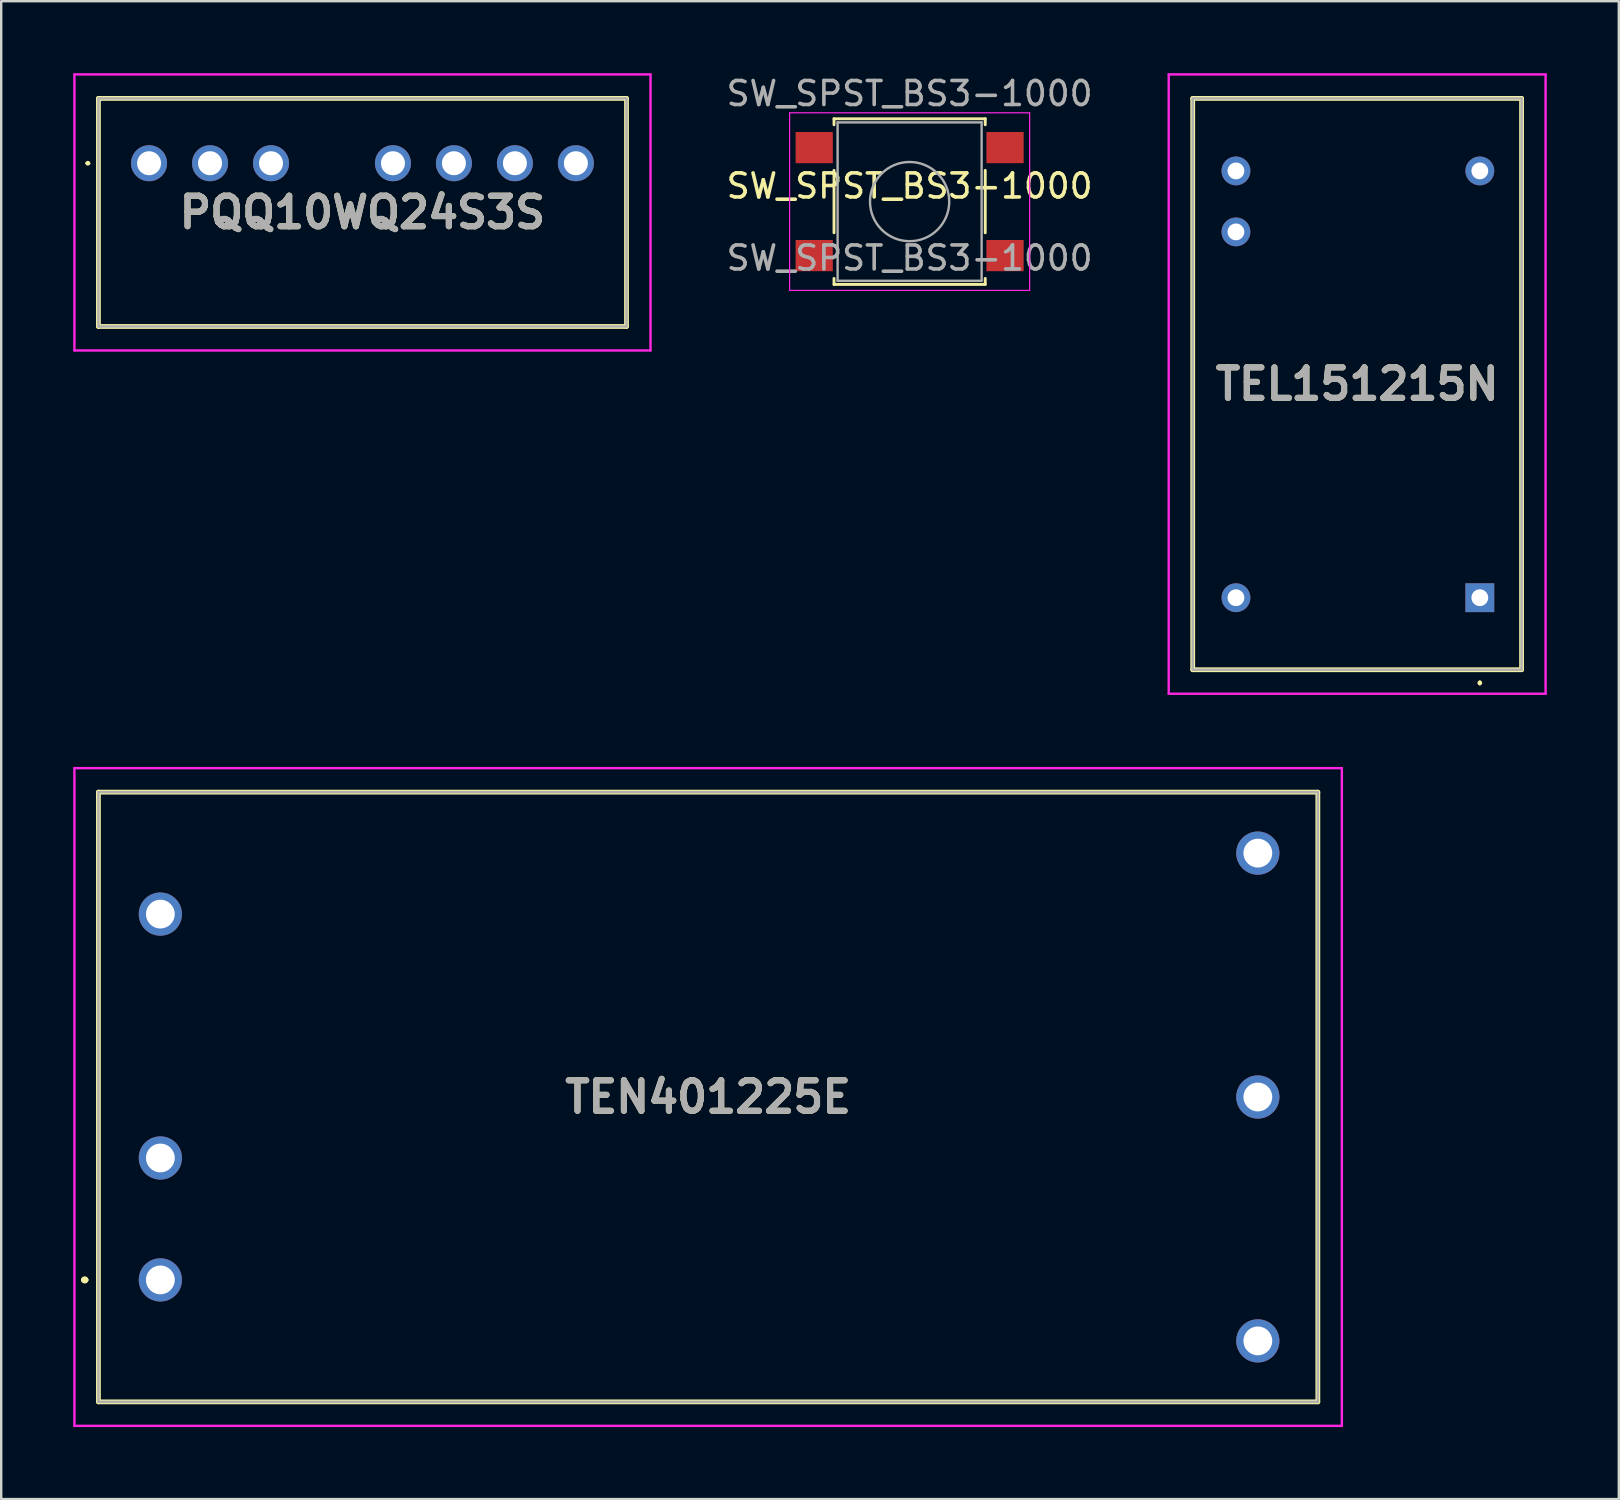
<source format=kicad_pcb>
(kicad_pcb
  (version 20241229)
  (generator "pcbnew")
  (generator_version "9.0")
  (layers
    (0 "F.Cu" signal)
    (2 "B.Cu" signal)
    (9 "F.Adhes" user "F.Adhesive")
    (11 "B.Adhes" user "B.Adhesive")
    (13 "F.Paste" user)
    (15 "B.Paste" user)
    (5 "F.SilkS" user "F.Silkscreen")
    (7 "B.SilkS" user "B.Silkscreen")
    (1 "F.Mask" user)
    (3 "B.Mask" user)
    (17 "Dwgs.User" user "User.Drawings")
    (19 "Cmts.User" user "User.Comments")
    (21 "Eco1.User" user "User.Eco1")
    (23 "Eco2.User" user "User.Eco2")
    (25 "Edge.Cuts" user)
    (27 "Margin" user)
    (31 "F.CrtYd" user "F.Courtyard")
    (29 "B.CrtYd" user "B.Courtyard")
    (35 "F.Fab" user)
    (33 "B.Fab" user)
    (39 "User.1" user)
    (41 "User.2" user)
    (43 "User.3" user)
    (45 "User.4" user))
  (footprint "SW_SPST_BS3-1000"
    (layer "F.Cu")
    (at 34.844 5.198)
    (property "Reference" "SW_SPST_BS3-1000" (at 0 -0.5 0) (unlocked yes) (layer "F.SilkS") (effects (font (size 1 1) (thickness 0.15))))
    (fp_line (start -3.15 -3.3) (end 3.15 -3.3) (stroke (width 0.12) (type solid)) (layer "F.SilkS"))
    (fp_line (start -3.15 -3.05) (end -3.15 -3.3) (stroke (width 0.12) (type solid)) (layer "F.SilkS"))
    (fp_line (start -3.15 1.45) (end -3.15 -1.15) (stroke (width 0.12) (type solid)) (layer "F.SilkS"))
    (fp_line (start -3.15 3.6) (end -3.15 3.35) (stroke (width 0.12) (type solid)) (layer "F.SilkS"))
    (fp_line (start 3.15 -3.3) (end 3.15 -3.05) (stroke (width 0.12) (type solid)) (layer "F.SilkS"))
    (fp_line (start 3.15 -1.15) (end 3.15 1.45) (stroke (width 0.12) (type solid)) (layer "F.SilkS"))
    (fp_line (start 3.15 3.35) (end 3.15 3.6) (stroke (width 0.12) (type solid)) (layer "F.SilkS"))
    (fp_line (start 3.15 3.6) (end -3.15 3.6) (stroke (width 0.12) (type solid)) (layer "F.SilkS"))
    (fp_line (start -5 -3.55) (end -5 3.85) (stroke (width 0.05) (type solid)) (layer "F.CrtYd"))
    (fp_line (start -5 3.85) (end 5 3.85) (stroke (width 0.05) (type solid)) (layer "F.CrtYd"))
    (fp_line (start 5 -3.55) (end -5 -3.55) (stroke (width 0.05) (type solid)) (layer "F.CrtYd"))
    (fp_line (start 5 3.85) (end 5 -3.55) (stroke (width 0.05) (type solid)) (layer "F.CrtYd"))
    (fp_line (start -3 -3.15) (end 3 -3.15) (stroke (width 0.1) (type solid)) (layer "F.Fab"))
    (fp_line (start -3 3.45) (end -3 -3.15) (stroke (width 0.1) (type solid)) (layer "F.Fab"))
    (fp_line (start 3 -3.15) (end 3 3.45) (stroke (width 0.1) (type solid)) (layer "F.Fab"))
    (fp_line (start 3 3.45) (end -3 3.45) (stroke (width 0.1) (type solid)) (layer "F.Fab"))
    (fp_circle (center 0 0.15) (end 1.65 0.15) (stroke (width 0.1) (type solid)) (fill no) (layer "F.Fab"))
    (fp_text user "${REFERENCE}" (at 0 2.5 0) (unlocked yes) (layer "F.Fab") (effects (font (size 1 1) (thickness 0.15))))
    (fp_text user "${REFERENCE}" (at 0 -4.35 0) (layer "F.Fab") (effects (font (size 1 1) (thickness 0.15))))
    (pad "1" smd rect (at 3.975 -2.1) (size 1.55 1.3) (layers "F.Cu" "F.Mask" "F.Paste"))
    (pad "2" smd rect (at 3.975 2.4) (size 1.55 1.3) (layers "F.Cu" "F.Mask" "F.Paste"))
    (pad "3" smd rect (at -3.975 -2.1) (size 1.55 1.3) (layers "F.Cu" "F.Mask" "F.Paste"))
    (pad "4" smd rect (at -3.975 2.4) (size 1.55 1.3) (layers "F.Cu" "F.Mask" "F.Paste")))
  (footprint "TEL151215N"
    (layer "F.Cu")
    (at 58.598 21.85)
    (property "Reference" "TEL151215N" (at -5.11 -8.9 0) (layer "F.SilkS") (effects (font (size 1.27 1.27) (thickness 0.254))))
    (attr through_hole)
    (fp_line (start -11.96 -20.8) (end -11.96 3) (stroke (width 0.2) (type solid)) (layer "F.SilkS"))
    (fp_line (start -11.96 3) (end 1.74 3) (stroke (width 0.2) (type solid)) (layer "F.SilkS"))
    (fp_line (start 0 3.5) (end 0 3.5) (stroke (width 0.1) (type solid)) (layer "F.SilkS"))
    (fp_line (start 0 3.6) (end 0 3.6) (stroke (width 0.1) (type solid)) (layer "F.SilkS"))
    (fp_line (start 1.74 -20.8) (end -11.96 -20.8) (stroke (width 0.2) (type solid)) (layer "F.SilkS"))
    (fp_line (start 1.74 3) (end 1.74 -20.8) (stroke (width 0.2) (type solid)) (layer "F.SilkS"))
    (fp_arc (start 0 3.5) (mid 0.05 3.55) (end 0 3.6) (stroke (width 0.1) (type solid)) (layer "F.SilkS"))
    (fp_arc (start 0 3.6) (mid -0.05 3.55) (end 0 3.5) (stroke (width 0.1) (type solid)) (layer "F.SilkS"))
    (fp_line (start -12.96 -21.8) (end -12.96 4) (stroke (width 0.1) (type solid)) (layer "F.CrtYd"))
    (fp_line (start -12.96 4) (end 2.74 4) (stroke (width 0.1) (type solid)) (layer "F.CrtYd"))
    (fp_line (start 2.74 -21.8) (end -12.96 -21.8) (stroke (width 0.1) (type solid)) (layer "F.CrtYd"))
    (fp_line (start 2.74 4) (end 2.74 -21.8) (stroke (width 0.1) (type solid)) (layer "F.CrtYd"))
    (fp_line (start -11.96 -20.8) (end -11.96 3) (stroke (width 0.1) (type solid)) (layer "F.Fab"))
    (fp_line (start -11.96 3) (end 1.74 3) (stroke (width 0.1) (type solid)) (layer "F.Fab"))
    (fp_line (start 1.74 -20.8) (end -11.96 -20.8) (stroke (width 0.1) (type solid)) (layer "F.Fab"))
    (fp_line (start 1.74 3) (end 1.74 -20.8) (stroke (width 0.1) (type solid)) (layer "F.Fab"))
    (fp_text user "${REFERENCE}" (at -5.11 -8.9 0) (layer "F.Fab") (effects (font (size 1.27 1.27) (thickness 0.254))))
    (pad "1" thru_hole rect (at 0 0) (size 1.2 1.2) (drill 0.7) (layers "*.Cu" "*.Mask"))
    (pad "8" thru_hole circle (at 0 -17.78) (size 1.2 1.2) (drill 0.7) (layers "*.Cu" "*.Mask"))
    (pad "9" thru_hole circle (at -10.16 -17.78) (size 1.2 1.2) (drill 0.7) (layers "*.Cu" "*.Mask"))
    (pad "10" thru_hole circle (at -10.16 -15.24) (size 1.2 1.2) (drill 0.7) (layers "*.Cu" "*.Mask"))
    (pad "16" thru_hole circle (at -10.16 0) (size 1.2 1.2) (drill 0.7) (layers "*.Cu" "*.Mask")))
  (footprint "TEN401225E"
    (layer "F.Cu")
    (at 3.63 50.27)
    (property "Reference" "TEN401225E" (at 22.82 -7.62 0) (layer "F.SilkS") (effects (font (size 1.27 1.27) (thickness 0.254))))
    (attr through_hole)
    (fp_line (start -3.2 0) (end -3.2 0) (stroke (width 0.2) (type solid)) (layer "F.SilkS"))
    (fp_line (start -3.2 0) (end -3.1 0) (stroke (width 0.2) (type solid)) (layer "F.SilkS"))
    (fp_line (start -3.1 0) (end -3.1 0) (stroke (width 0.2) (type solid)) (layer "F.SilkS"))
    (fp_line (start -2.58 -20.32) (end -2.58 5.08) (stroke (width 0.2) (type solid)) (layer "F.SilkS"))
    (fp_line (start -2.58 5.08) (end 48.22 5.08) (stroke (width 0.2) (type solid)) (layer "F.SilkS"))
    (fp_line (start 48.22 -20.32) (end -2.58 -20.32) (stroke (width 0.2) (type solid)) (layer "F.SilkS"))
    (fp_line (start 48.22 5.08) (end 48.22 -20.32) (stroke (width 0.2) (type solid)) (layer "F.SilkS"))
    (fp_arc (start -3.2 0) (mid -3.15 -0.05) (end -3.1 0) (stroke (width 0.2) (type solid)) (layer "F.SilkS"))
    (fp_arc (start -3.1 0) (mid -3.15 0.05) (end -3.2 0) (stroke (width 0.2) (type solid)) (layer "F.SilkS"))
    (fp_line (start -3.58 -21.32) (end -3.58 6.08) (stroke (width 0.1) (type solid)) (layer "F.CrtYd"))
    (fp_line (start -3.58 6.08) (end 49.22 6.08) (stroke (width 0.1) (type solid)) (layer "F.CrtYd"))
    (fp_line (start 49.22 -21.32) (end -3.58 -21.32) (stroke (width 0.1) (type solid)) (layer "F.CrtYd"))
    (fp_line (start 49.22 6.08) (end 49.22 -21.32) (stroke (width 0.1) (type solid)) (layer "F.CrtYd"))
    (fp_line (start -2.58 -20.32) (end 48.22 -20.32) (stroke (width 0.1) (type solid)) (layer "F.Fab"))
    (fp_line (start -2.58 5.08) (end -2.58 -20.32) (stroke (width 0.1) (type solid)) (layer "F.Fab"))
    (fp_line (start 48.22 -20.32) (end 48.22 5.08) (stroke (width 0.1) (type solid)) (layer "F.Fab"))
    (fp_line (start 48.22 5.08) (end -2.58 5.08) (stroke (width 0.1) (type solid)) (layer "F.Fab"))
    (fp_text user "${REFERENCE}" (at 22.82 -7.62 0) (layer "F.Fab") (effects (font (size 1.27 1.27) (thickness 0.254))))
    (pad "1" thru_hole circle (at 0 0) (size 1.8 1.8) (drill 1.2) (layers "*.Cu" "*.Mask"))
    (pad "2" thru_hole circle (at 0 -5.08) (size 1.8 1.8) (drill 1.2) (layers "*.Cu" "*.Mask"))
    (pad "3" thru_hole circle (at 0 -15.24) (size 1.8 1.8) (drill 1.2) (layers "*.Cu" "*.Mask"))
    (pad "4" thru_hole circle (at 45.72 2.54) (size 1.8 1.8) (drill 1.2) (layers "*.Cu" "*.Mask"))
    (pad "5" thru_hole circle (at 45.72 -7.62) (size 1.8 1.8) (drill 1.2) (layers "*.Cu" "*.Mask"))
    (pad "6" thru_hole circle (at 45.72 -17.78) (size 1.8 1.8) (drill 1.2) (layers "*.Cu" "*.Mask")))
  (footprint "PQQ10WQ24S3S"
    (layer "F.Cu")
    (at 3.16 3.75)
    (property "Reference" "PQQ10WQ24S3S" (at 8.89 2.05 0) (layer "F.SilkS") (effects (font (size 1.27 1.27) (thickness 0.254))))
    (attr through_hole)
    (fp_line (start -2.6 0) (end -2.6 0) (stroke (width 0.1) (type solid)) (layer "F.SilkS"))
    (fp_line (start -2.5 0) (end -2.5 0) (stroke (width 0.1) (type solid)) (layer "F.SilkS"))
    (fp_line (start -2.11 -2.7) (end 19.89 -2.7) (stroke (width 0.2) (type solid)) (layer "F.SilkS"))
    (fp_line (start -2.11 6.8) (end -2.11 -2.7) (stroke (width 0.2) (type solid)) (layer "F.SilkS"))
    (fp_line (start 19.89 -2.7) (end 19.89 6.8) (stroke (width 0.2) (type solid)) (layer "F.SilkS"))
    (fp_line (start 19.89 6.8) (end -2.11 6.8) (stroke (width 0.2) (type solid)) (layer "F.SilkS"))
    (fp_arc (start -2.6 0) (mid -2.55 -0.05) (end -2.5 0) (stroke (width 0.1) (type solid)) (layer "F.SilkS"))
    (fp_arc (start -2.5 0) (mid -2.55 0.05) (end -2.6 0) (stroke (width 0.1) (type solid)) (layer "F.SilkS"))
    (fp_line (start -3.11 -3.7) (end 20.89 -3.7) (stroke (width 0.1) (type solid)) (layer "F.CrtYd"))
    (fp_line (start -3.11 7.8) (end -3.11 -3.7) (stroke (width 0.1) (type solid)) (layer "F.CrtYd"))
    (fp_line (start 20.89 -3.7) (end 20.89 7.8) (stroke (width 0.1) (type solid)) (layer "F.CrtYd"))
    (fp_line (start 20.89 7.8) (end -3.11 7.8) (stroke (width 0.1) (type solid)) (layer "F.CrtYd"))
    (fp_line (start -2.11 -2.7) (end 19.89 -2.7) (stroke (width 0.1) (type solid)) (layer "F.Fab"))
    (fp_line (start -2.11 6.8) (end -2.11 -2.7) (stroke (width 0.1) (type solid)) (layer "F.Fab"))
    (fp_line (start 19.89 -2.7) (end 19.89 6.8) (stroke (width 0.1) (type solid)) (layer "F.Fab"))
    (fp_line (start 19.89 6.8) (end -2.11 6.8) (stroke (width 0.1) (type solid)) (layer "F.Fab"))
    (fp_text user "${REFERENCE}" (at 8.89 2.05 0) (layer "F.Fab") (effects (font (size 1.27 1.27) (thickness 0.254))))
    (pad "1" thru_hole circle (at 0 0) (size 1.5 1.5) (drill 1) (layers "*.Cu" "*.Mask"))
    (pad "2" thru_hole circle (at 2.54 0) (size 1.5 1.5) (drill 1) (layers "*.Cu" "*.Mask"))
    (pad "3" thru_hole circle (at 5.08 0) (size 1.5 1.5) (drill 1) (layers "*.Cu" "*.Mask"))
    (pad "5" thru_hole circle (at 10.16 0) (size 1.5 1.5) (drill 1) (layers "*.Cu" "*.Mask"))
    (pad "6" thru_hole circle (at 12.7 0) (size 1.5 1.5) (drill 1) (layers "*.Cu" "*.Mask"))
    (pad "7" thru_hole circle (at 15.24 0) (size 1.5 1.5) (drill 1) (layers "*.Cu" "*.Mask"))
    (pad "8" thru_hole circle (at 17.78 0) (size 1.5 1.5) (drill 1) (layers "*.Cu" "*.Mask")))
  (gr_rect
    (start -3 -3)
    (end 64.388 59.4)
    (stroke (width 0.1) (type default))
    (fill no)
    (layer "Edge.Cuts")))
</source>
